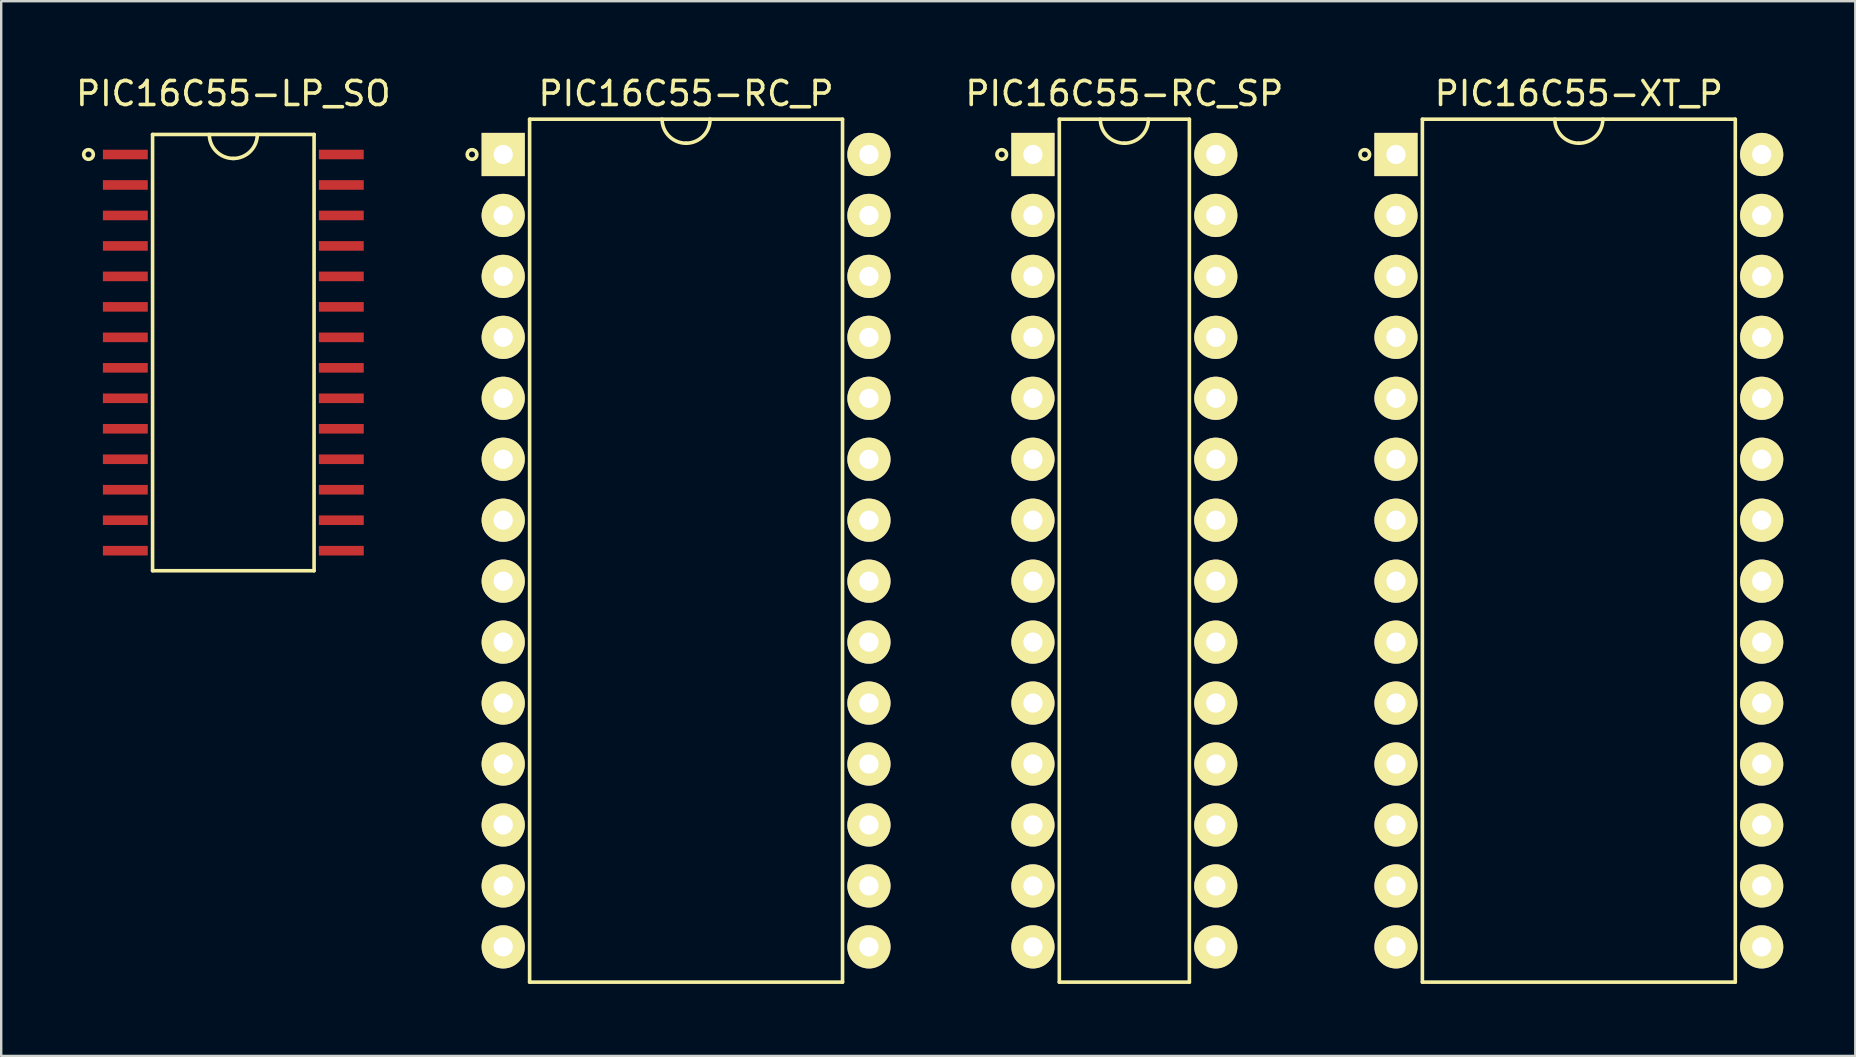
<source format=kicad_pcb>
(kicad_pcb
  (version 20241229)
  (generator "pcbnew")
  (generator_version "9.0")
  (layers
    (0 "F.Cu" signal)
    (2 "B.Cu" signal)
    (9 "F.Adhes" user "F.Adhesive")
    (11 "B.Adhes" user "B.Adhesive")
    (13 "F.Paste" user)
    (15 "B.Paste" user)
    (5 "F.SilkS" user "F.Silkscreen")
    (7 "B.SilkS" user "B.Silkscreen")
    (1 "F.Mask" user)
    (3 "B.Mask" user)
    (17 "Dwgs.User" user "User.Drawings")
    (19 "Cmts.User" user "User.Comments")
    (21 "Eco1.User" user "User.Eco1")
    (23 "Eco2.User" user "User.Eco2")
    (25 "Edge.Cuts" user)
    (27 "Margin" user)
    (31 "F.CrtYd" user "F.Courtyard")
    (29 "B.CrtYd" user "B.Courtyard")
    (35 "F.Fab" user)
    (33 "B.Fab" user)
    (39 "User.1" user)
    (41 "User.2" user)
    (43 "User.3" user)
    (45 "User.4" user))
  (footprint "PIC16C55-XT_P"
    (layer "F.Cu")
    (at 55.123 3.388)
    (property "Reference" "PIC16C55-XT_P" (at 7.62 -2.54 0) (layer "F.SilkS") (effects (font (size 1 1) (thickness 0.15))))
    (attr through_hole)
    (fp_line (start 1.1 -1.47) (end 14.14 -1.47) (stroke (width 0.15) (type solid)) (layer "F.SilkS"))
    (fp_line (start 1.1 34.49) (end 1.1 -1.47) (stroke (width 0.15) (type solid)) (layer "F.SilkS"))
    (fp_line (start 14.14 -1.47) (end 14.14 34.49) (stroke (width 0.15) (type solid)) (layer "F.SilkS"))
    (fp_line (start 14.14 34.49) (end 1.1 34.49) (stroke (width 0.15) (type solid)) (layer "F.SilkS"))
    (fp_arc (start 7.62 -0.47) (mid 6.912893 -0.762893) (end 6.62 -1.47) (stroke (width 0.15) (type solid)) (layer "F.SilkS"))
    (fp_arc (start 8.62 -1.47) (mid 8.327107 -0.762893) (end 7.62 -0.47) (stroke (width 0.15) (type solid)) (layer "F.SilkS"))
    (fp_circle (center -1.3 0) (end -1.3 0.2) (stroke (width 0.15) (type solid)) (fill no) (layer "F.SilkS"))
    (pad "1" thru_hole rect (at 0 0) (size 1.8 1.8) (drill 0.8) (layers "*.Cu" "*.Mask" "F.SilkS"))
    (pad "2" thru_hole circle (at 0 2.54) (size 1.8 1.8) (drill 0.8) (layers "*.Cu" "*.Mask" "F.SilkS"))
    (pad "3" thru_hole circle (at 0 5.08) (size 1.8 1.8) (drill 0.8) (layers "*.Cu" "*.Mask" "F.SilkS"))
    (pad "4" thru_hole circle (at 0 7.62) (size 1.8 1.8) (drill 0.8) (layers "*.Cu" "*.Mask" "F.SilkS"))
    (pad "5" thru_hole circle (at 0 10.16) (size 1.8 1.8) (drill 0.8) (layers "*.Cu" "*.Mask" "F.SilkS"))
    (pad "6" thru_hole circle (at 0 12.7) (size 1.8 1.8) (drill 0.8) (layers "*.Cu" "*.Mask" "F.SilkS"))
    (pad "7" thru_hole circle (at 0 15.24) (size 1.8 1.8) (drill 0.8) (layers "*.Cu" "*.Mask" "F.SilkS"))
    (pad "8" thru_hole circle (at 0 17.78) (size 1.8 1.8) (drill 0.8) (layers "*.Cu" "*.Mask" "F.SilkS"))
    (pad "9" thru_hole circle (at 0 20.32) (size 1.8 1.8) (drill 0.8) (layers "*.Cu" "*.Mask" "F.SilkS"))
    (pad "10" thru_hole circle (at 0 22.86) (size 1.8 1.8) (drill 0.8) (layers "*.Cu" "*.Mask" "F.SilkS"))
    (pad "11" thru_hole circle (at 0 25.4) (size 1.8 1.8) (drill 0.8) (layers "*.Cu" "*.Mask" "F.SilkS"))
    (pad "12" thru_hole circle (at 0 27.94) (size 1.8 1.8) (drill 0.8) (layers "*.Cu" "*.Mask" "F.SilkS"))
    (pad "13" thru_hole circle (at 0 30.48) (size 1.8 1.8) (drill 0.8) (layers "*.Cu" "*.Mask" "F.SilkS"))
    (pad "14" thru_hole circle (at 0 33.02) (size 1.8 1.8) (drill 0.8) (layers "*.Cu" "*.Mask" "F.SilkS"))
    (pad "15" thru_hole circle (at 15.24 33.02) (size 1.8 1.8) (drill 0.8) (layers "*.Cu" "*.Mask" "F.SilkS"))
    (pad "16" thru_hole circle (at 15.24 30.48) (size 1.8 1.8) (drill 0.8) (layers "*.Cu" "*.Mask" "F.SilkS"))
    (pad "17" thru_hole circle (at 15.24 27.94) (size 1.8 1.8) (drill 0.8) (layers "*.Cu" "*.Mask" "F.SilkS"))
    (pad "18" thru_hole circle (at 15.24 25.4) (size 1.8 1.8) (drill 0.8) (layers "*.Cu" "*.Mask" "F.SilkS"))
    (pad "19" thru_hole circle (at 15.24 22.86) (size 1.8 1.8) (drill 0.8) (layers "*.Cu" "*.Mask" "F.SilkS"))
    (pad "20" thru_hole circle (at 15.24 20.32) (size 1.8 1.8) (drill 0.8) (layers "*.Cu" "*.Mask" "F.SilkS"))
    (pad "21" thru_hole circle (at 15.24 17.78) (size 1.8 1.8) (drill 0.8) (layers "*.Cu" "*.Mask" "F.SilkS"))
    (pad "22" thru_hole circle (at 15.24 15.24) (size 1.8 1.8) (drill 0.8) (layers "*.Cu" "*.Mask" "F.SilkS"))
    (pad "23" thru_hole circle (at 15.24 12.7) (size 1.8 1.8) (drill 0.8) (layers "*.Cu" "*.Mask" "F.SilkS"))
    (pad "24" thru_hole circle (at 15.24 10.16) (size 1.8 1.8) (drill 0.8) (layers "*.Cu" "*.Mask" "F.SilkS"))
    (pad "25" thru_hole circle (at 15.24 7.62) (size 1.8 1.8) (drill 0.8) (layers "*.Cu" "*.Mask" "F.SilkS"))
    (pad "26" thru_hole circle (at 15.24 5.08) (size 1.8 1.8) (drill 0.8) (layers "*.Cu" "*.Mask" "F.SilkS"))
    (pad "27" thru_hole circle (at 15.24 2.54) (size 1.8 1.8) (drill 0.8) (layers "*.Cu" "*.Mask" "F.SilkS"))
    (pad "28" thru_hole circle (at 15.24 0) (size 1.8 1.8) (drill 0.8) (layers "*.Cu" "*.Mask" "F.SilkS")))
  (footprint "PIC16C55-RC_P"
    (layer "F.Cu")
    (at 17.92 3.388)
    (property "Reference" "PIC16C55-RC_P" (at 7.62 -2.54 0) (layer "F.SilkS") (effects (font (size 1 1) (thickness 0.15))))
    (attr through_hole)
    (fp_line (start 1.1 -1.47) (end 14.14 -1.47) (stroke (width 0.15) (type solid)) (layer "F.SilkS"))
    (fp_line (start 1.1 34.49) (end 1.1 -1.47) (stroke (width 0.15) (type solid)) (layer "F.SilkS"))
    (fp_line (start 14.14 -1.47) (end 14.14 34.49) (stroke (width 0.15) (type solid)) (layer "F.SilkS"))
    (fp_line (start 14.14 34.49) (end 1.1 34.49) (stroke (width 0.15) (type solid)) (layer "F.SilkS"))
    (fp_arc (start 7.62 -0.47) (mid 6.912893 -0.762893) (end 6.62 -1.47) (stroke (width 0.15) (type solid)) (layer "F.SilkS"))
    (fp_arc (start 8.62 -1.47) (mid 8.327107 -0.762893) (end 7.62 -0.47) (stroke (width 0.15) (type solid)) (layer "F.SilkS"))
    (fp_circle (center -1.3 0) (end -1.3 0.2) (stroke (width 0.15) (type solid)) (fill no) (layer "F.SilkS"))
    (pad "1" thru_hole rect (at 0 0) (size 1.8 1.8) (drill 0.8) (layers "*.Cu" "*.Mask" "F.SilkS"))
    (pad "2" thru_hole circle (at 0 2.54) (size 1.8 1.8) (drill 0.8) (layers "*.Cu" "*.Mask" "F.SilkS"))
    (pad "3" thru_hole circle (at 0 5.08) (size 1.8 1.8) (drill 0.8) (layers "*.Cu" "*.Mask" "F.SilkS"))
    (pad "4" thru_hole circle (at 0 7.62) (size 1.8 1.8) (drill 0.8) (layers "*.Cu" "*.Mask" "F.SilkS"))
    (pad "5" thru_hole circle (at 0 10.16) (size 1.8 1.8) (drill 0.8) (layers "*.Cu" "*.Mask" "F.SilkS"))
    (pad "6" thru_hole circle (at 0 12.7) (size 1.8 1.8) (drill 0.8) (layers "*.Cu" "*.Mask" "F.SilkS"))
    (pad "7" thru_hole circle (at 0 15.24) (size 1.8 1.8) (drill 0.8) (layers "*.Cu" "*.Mask" "F.SilkS"))
    (pad "8" thru_hole circle (at 0 17.78) (size 1.8 1.8) (drill 0.8) (layers "*.Cu" "*.Mask" "F.SilkS"))
    (pad "9" thru_hole circle (at 0 20.32) (size 1.8 1.8) (drill 0.8) (layers "*.Cu" "*.Mask" "F.SilkS"))
    (pad "10" thru_hole circle (at 0 22.86) (size 1.8 1.8) (drill 0.8) (layers "*.Cu" "*.Mask" "F.SilkS"))
    (pad "11" thru_hole circle (at 0 25.4) (size 1.8 1.8) (drill 0.8) (layers "*.Cu" "*.Mask" "F.SilkS"))
    (pad "12" thru_hole circle (at 0 27.94) (size 1.8 1.8) (drill 0.8) (layers "*.Cu" "*.Mask" "F.SilkS"))
    (pad "13" thru_hole circle (at 0 30.48) (size 1.8 1.8) (drill 0.8) (layers "*.Cu" "*.Mask" "F.SilkS"))
    (pad "14" thru_hole circle (at 0 33.02) (size 1.8 1.8) (drill 0.8) (layers "*.Cu" "*.Mask" "F.SilkS"))
    (pad "15" thru_hole circle (at 15.24 33.02) (size 1.8 1.8) (drill 0.8) (layers "*.Cu" "*.Mask" "F.SilkS"))
    (pad "16" thru_hole circle (at 15.24 30.48) (size 1.8 1.8) (drill 0.8) (layers "*.Cu" "*.Mask" "F.SilkS"))
    (pad "17" thru_hole circle (at 15.24 27.94) (size 1.8 1.8) (drill 0.8) (layers "*.Cu" "*.Mask" "F.SilkS"))
    (pad "18" thru_hole circle (at 15.24 25.4) (size 1.8 1.8) (drill 0.8) (layers "*.Cu" "*.Mask" "F.SilkS"))
    (pad "19" thru_hole circle (at 15.24 22.86) (size 1.8 1.8) (drill 0.8) (layers "*.Cu" "*.Mask" "F.SilkS"))
    (pad "20" thru_hole circle (at 15.24 20.32) (size 1.8 1.8) (drill 0.8) (layers "*.Cu" "*.Mask" "F.SilkS"))
    (pad "21" thru_hole circle (at 15.24 17.78) (size 1.8 1.8) (drill 0.8) (layers "*.Cu" "*.Mask" "F.SilkS"))
    (pad "22" thru_hole circle (at 15.24 15.24) (size 1.8 1.8) (drill 0.8) (layers "*.Cu" "*.Mask" "F.SilkS"))
    (pad "23" thru_hole circle (at 15.24 12.7) (size 1.8 1.8) (drill 0.8) (layers "*.Cu" "*.Mask" "F.SilkS"))
    (pad "24" thru_hole circle (at 15.24 10.16) (size 1.8 1.8) (drill 0.8) (layers "*.Cu" "*.Mask" "F.SilkS"))
    (pad "25" thru_hole circle (at 15.24 7.62) (size 1.8 1.8) (drill 0.8) (layers "*.Cu" "*.Mask" "F.SilkS"))
    (pad "26" thru_hole circle (at 15.24 5.08) (size 1.8 1.8) (drill 0.8) (layers "*.Cu" "*.Mask" "F.SilkS"))
    (pad "27" thru_hole circle (at 15.24 2.54) (size 1.8 1.8) (drill 0.8) (layers "*.Cu" "*.Mask" "F.SilkS"))
    (pad "28" thru_hole circle (at 15.24 0) (size 1.8 1.8) (drill 0.8) (layers "*.Cu" "*.Mask" "F.SilkS")))
  (footprint "PIC16C55-LP_SO"
    (layer "F.Cu")
    (at 2.173 3.388)
    (property "Reference" "PIC16C55-LP_SO" (at 4.5 -2.54 0) (layer "F.SilkS") (effects (font (size 1 1) (thickness 0.15))))
    (attr through_hole)
    (fp_line (start 1.135 -0.835) (end 7.865 -0.835) (stroke (width 0.15) (type solid)) (layer "F.SilkS"))
    (fp_line (start 1.135 17.345) (end 1.135 -0.835) (stroke (width 0.15) (type solid)) (layer "F.SilkS"))
    (fp_line (start 7.865 -0.835) (end 7.865 17.345) (stroke (width 0.15) (type solid)) (layer "F.SilkS"))
    (fp_line (start 7.865 17.345) (end 1.135 17.345) (stroke (width 0.15) (type solid)) (layer "F.SilkS"))
    (fp_arc (start 4.5 0.165) (mid 3.792893 -0.127893) (end 3.5 -0.835) (stroke (width 0.15) (type solid)) (layer "F.SilkS"))
    (fp_arc (start 5.5 -0.835) (mid 5.207107 -0.127893) (end 4.5 0.165) (stroke (width 0.15) (type solid)) (layer "F.SilkS"))
    (fp_circle (center -1.535 0) (end -1.535 0.2) (stroke (width 0.15) (type solid)) (fill no) (layer "F.SilkS"))
    (pad "1" smd rect (at 0 0) (size 1.87 0.4) (layers "F.Cu" "F.Mask" "F.Paste"))
    (pad "2" smd rect (at 0 1.27) (size 1.87 0.4) (layers "F.Cu" "F.Mask" "F.Paste"))
    (pad "3" smd rect (at 0 2.54) (size 1.87 0.4) (layers "F.Cu" "F.Mask" "F.Paste"))
    (pad "4" smd rect (at 0 3.81) (size 1.87 0.4) (layers "F.Cu" "F.Mask" "F.Paste"))
    (pad "5" smd rect (at 0 5.08) (size 1.87 0.4) (layers "F.Cu" "F.Mask" "F.Paste"))
    (pad "6" smd rect (at 0 6.35) (size 1.87 0.4) (layers "F.Cu" "F.Mask" "F.Paste"))
    (pad "7" smd rect (at 0 7.62) (size 1.87 0.4) (layers "F.Cu" "F.Mask" "F.Paste"))
    (pad "8" smd rect (at 0 8.89) (size 1.87 0.4) (layers "F.Cu" "F.Mask" "F.Paste"))
    (pad "9" smd rect (at 0 10.16) (size 1.87 0.4) (layers "F.Cu" "F.Mask" "F.Paste"))
    (pad "10" smd rect (at 0 11.43) (size 1.87 0.4) (layers "F.Cu" "F.Mask" "F.Paste"))
    (pad "11" smd rect (at 0 12.7) (size 1.87 0.4) (layers "F.Cu" "F.Mask" "F.Paste"))
    (pad "12" smd rect (at 0 13.97) (size 1.87 0.4) (layers "F.Cu" "F.Mask" "F.Paste"))
    (pad "13" smd rect (at 0 15.24) (size 1.87 0.4) (layers "F.Cu" "F.Mask" "F.Paste"))
    (pad "14" smd rect (at 0 16.51) (size 1.87 0.4) (layers "F.Cu" "F.Mask" "F.Paste"))
    (pad "15" smd rect (at 9 16.51) (size 1.87 0.4) (layers "F.Cu" "F.Mask" "F.Paste"))
    (pad "16" smd rect (at 9 15.24) (size 1.87 0.4) (layers "F.Cu" "F.Mask" "F.Paste"))
    (pad "17" smd rect (at 9 13.97) (size 1.87 0.4) (layers "F.Cu" "F.Mask" "F.Paste"))
    (pad "18" smd rect (at 9 12.7) (size 1.87 0.4) (layers "F.Cu" "F.Mask" "F.Paste"))
    (pad "19" smd rect (at 9 11.43) (size 1.87 0.4) (layers "F.Cu" "F.Mask" "F.Paste"))
    (pad "20" smd rect (at 9 10.16) (size 1.87 0.4) (layers "F.Cu" "F.Mask" "F.Paste"))
    (pad "21" smd rect (at 9 8.89) (size 1.87 0.4) (layers "F.Cu" "F.Mask" "F.Paste"))
    (pad "22" smd rect (at 9 7.62) (size 1.87 0.4) (layers "F.Cu" "F.Mask" "F.Paste"))
    (pad "23" smd rect (at 9 6.35) (size 1.87 0.4) (layers "F.Cu" "F.Mask" "F.Paste"))
    (pad "24" smd rect (at 9 5.08) (size 1.87 0.4) (layers "F.Cu" "F.Mask" "F.Paste"))
    (pad "25" smd rect (at 9 3.81) (size 1.87 0.4) (layers "F.Cu" "F.Mask" "F.Paste"))
    (pad "26" smd rect (at 9 2.54) (size 1.87 0.4) (layers "F.Cu" "F.Mask" "F.Paste"))
    (pad "27" smd rect (at 9 1.27) (size 1.87 0.4) (layers "F.Cu" "F.Mask" "F.Paste"))
    (pad "28" smd rect (at 9 0) (size 1.87 0.4) (layers "F.Cu" "F.Mask" "F.Paste")))
  (footprint "PIC16C55-RC_SP"
    (layer "F.Cu")
    (at 39.994 3.388)
    (property "Reference" "PIC16C55-RC_SP" (at 3.81 -2.54 0) (layer "F.SilkS") (effects (font (size 1 1) (thickness 0.15))))
    (attr through_hole)
    (fp_line (start 1.1 -1.47) (end 6.52 -1.47) (stroke (width 0.15) (type solid)) (layer "F.SilkS"))
    (fp_line (start 1.1 34.49) (end 1.1 -1.47) (stroke (width 0.15) (type solid)) (layer "F.SilkS"))
    (fp_line (start 6.52 -1.47) (end 6.52 34.49) (stroke (width 0.15) (type solid)) (layer "F.SilkS"))
    (fp_line (start 6.52 34.49) (end 1.1 34.49) (stroke (width 0.15) (type solid)) (layer "F.SilkS"))
    (fp_arc (start 3.81 -0.47) (mid 3.102893 -0.762893) (end 2.81 -1.47) (stroke (width 0.15) (type solid)) (layer "F.SilkS"))
    (fp_arc (start 4.81 -1.47) (mid 4.517107 -0.762893) (end 3.81 -0.47) (stroke (width 0.15) (type solid)) (layer "F.SilkS"))
    (fp_circle (center -1.3 0) (end -1.3 0.2) (stroke (width 0.15) (type solid)) (fill no) (layer "F.SilkS"))
    (pad "1" thru_hole rect (at 0 0) (size 1.8 1.8) (drill 0.8) (layers "*.Cu" "*.Mask" "F.SilkS"))
    (pad "2" thru_hole circle (at 0 2.54) (size 1.8 1.8) (drill 0.8) (layers "*.Cu" "*.Mask" "F.SilkS"))
    (pad "3" thru_hole circle (at 0 5.08) (size 1.8 1.8) (drill 0.8) (layers "*.Cu" "*.Mask" "F.SilkS"))
    (pad "4" thru_hole circle (at 0 7.62) (size 1.8 1.8) (drill 0.8) (layers "*.Cu" "*.Mask" "F.SilkS"))
    (pad "5" thru_hole circle (at 0 10.16) (size 1.8 1.8) (drill 0.8) (layers "*.Cu" "*.Mask" "F.SilkS"))
    (pad "6" thru_hole circle (at 0 12.7) (size 1.8 1.8) (drill 0.8) (layers "*.Cu" "*.Mask" "F.SilkS"))
    (pad "7" thru_hole circle (at 0 15.24) (size 1.8 1.8) (drill 0.8) (layers "*.Cu" "*.Mask" "F.SilkS"))
    (pad "8" thru_hole circle (at 0 17.78) (size 1.8 1.8) (drill 0.8) (layers "*.Cu" "*.Mask" "F.SilkS"))
    (pad "9" thru_hole circle (at 0 20.32) (size 1.8 1.8) (drill 0.8) (layers "*.Cu" "*.Mask" "F.SilkS"))
    (pad "10" thru_hole circle (at 0 22.86) (size 1.8 1.8) (drill 0.8) (layers "*.Cu" "*.Mask" "F.SilkS"))
    (pad "11" thru_hole circle (at 0 25.4) (size 1.8 1.8) (drill 0.8) (layers "*.Cu" "*.Mask" "F.SilkS"))
    (pad "12" thru_hole circle (at 0 27.94) (size 1.8 1.8) (drill 0.8) (layers "*.Cu" "*.Mask" "F.SilkS"))
    (pad "13" thru_hole circle (at 0 30.48) (size 1.8 1.8) (drill 0.8) (layers "*.Cu" "*.Mask" "F.SilkS"))
    (pad "14" thru_hole circle (at 0 33.02) (size 1.8 1.8) (drill 0.8) (layers "*.Cu" "*.Mask" "F.SilkS"))
    (pad "15" thru_hole circle (at 7.62 33.02) (size 1.8 1.8) (drill 0.8) (layers "*.Cu" "*.Mask" "F.SilkS"))
    (pad "16" thru_hole circle (at 7.62 30.48) (size 1.8 1.8) (drill 0.8) (layers "*.Cu" "*.Mask" "F.SilkS"))
    (pad "17" thru_hole circle (at 7.62 27.94) (size 1.8 1.8) (drill 0.8) (layers "*.Cu" "*.Mask" "F.SilkS"))
    (pad "18" thru_hole circle (at 7.62 25.4) (size 1.8 1.8) (drill 0.8) (layers "*.Cu" "*.Mask" "F.SilkS"))
    (pad "19" thru_hole circle (at 7.62 22.86) (size 1.8 1.8) (drill 0.8) (layers "*.Cu" "*.Mask" "F.SilkS"))
    (pad "20" thru_hole circle (at 7.62 20.32) (size 1.8 1.8) (drill 0.8) (layers "*.Cu" "*.Mask" "F.SilkS"))
    (pad "21" thru_hole circle (at 7.62 17.78) (size 1.8 1.8) (drill 0.8) (layers "*.Cu" "*.Mask" "F.SilkS"))
    (pad "22" thru_hole circle (at 7.62 15.24) (size 1.8 1.8) (drill 0.8) (layers "*.Cu" "*.Mask" "F.SilkS"))
    (pad "23" thru_hole circle (at 7.62 12.7) (size 1.8 1.8) (drill 0.8) (layers "*.Cu" "*.Mask" "F.SilkS"))
    (pad "24" thru_hole circle (at 7.62 10.16) (size 1.8 1.8) (drill 0.8) (layers "*.Cu" "*.Mask" "F.SilkS"))
    (pad "25" thru_hole circle (at 7.62 7.62) (size 1.8 1.8) (drill 0.8) (layers "*.Cu" "*.Mask" "F.SilkS"))
    (pad "26" thru_hole circle (at 7.62 5.08) (size 1.8 1.8) (drill 0.8) (layers "*.Cu" "*.Mask" "F.SilkS"))
    (pad "27" thru_hole circle (at 7.62 2.54) (size 1.8 1.8) (drill 0.8) (layers "*.Cu" "*.Mask" "F.SilkS"))
    (pad "28" thru_hole circle (at 7.62 0) (size 1.8 1.8) (drill 0.8) (layers "*.Cu" "*.Mask" "F.SilkS")))
  (gr_rect
    (start -3 -3)
    (end 74.263 40.953)
    (stroke (width 0.1) (type default))
    (fill no)
    (layer "Edge.Cuts")))
</source>
